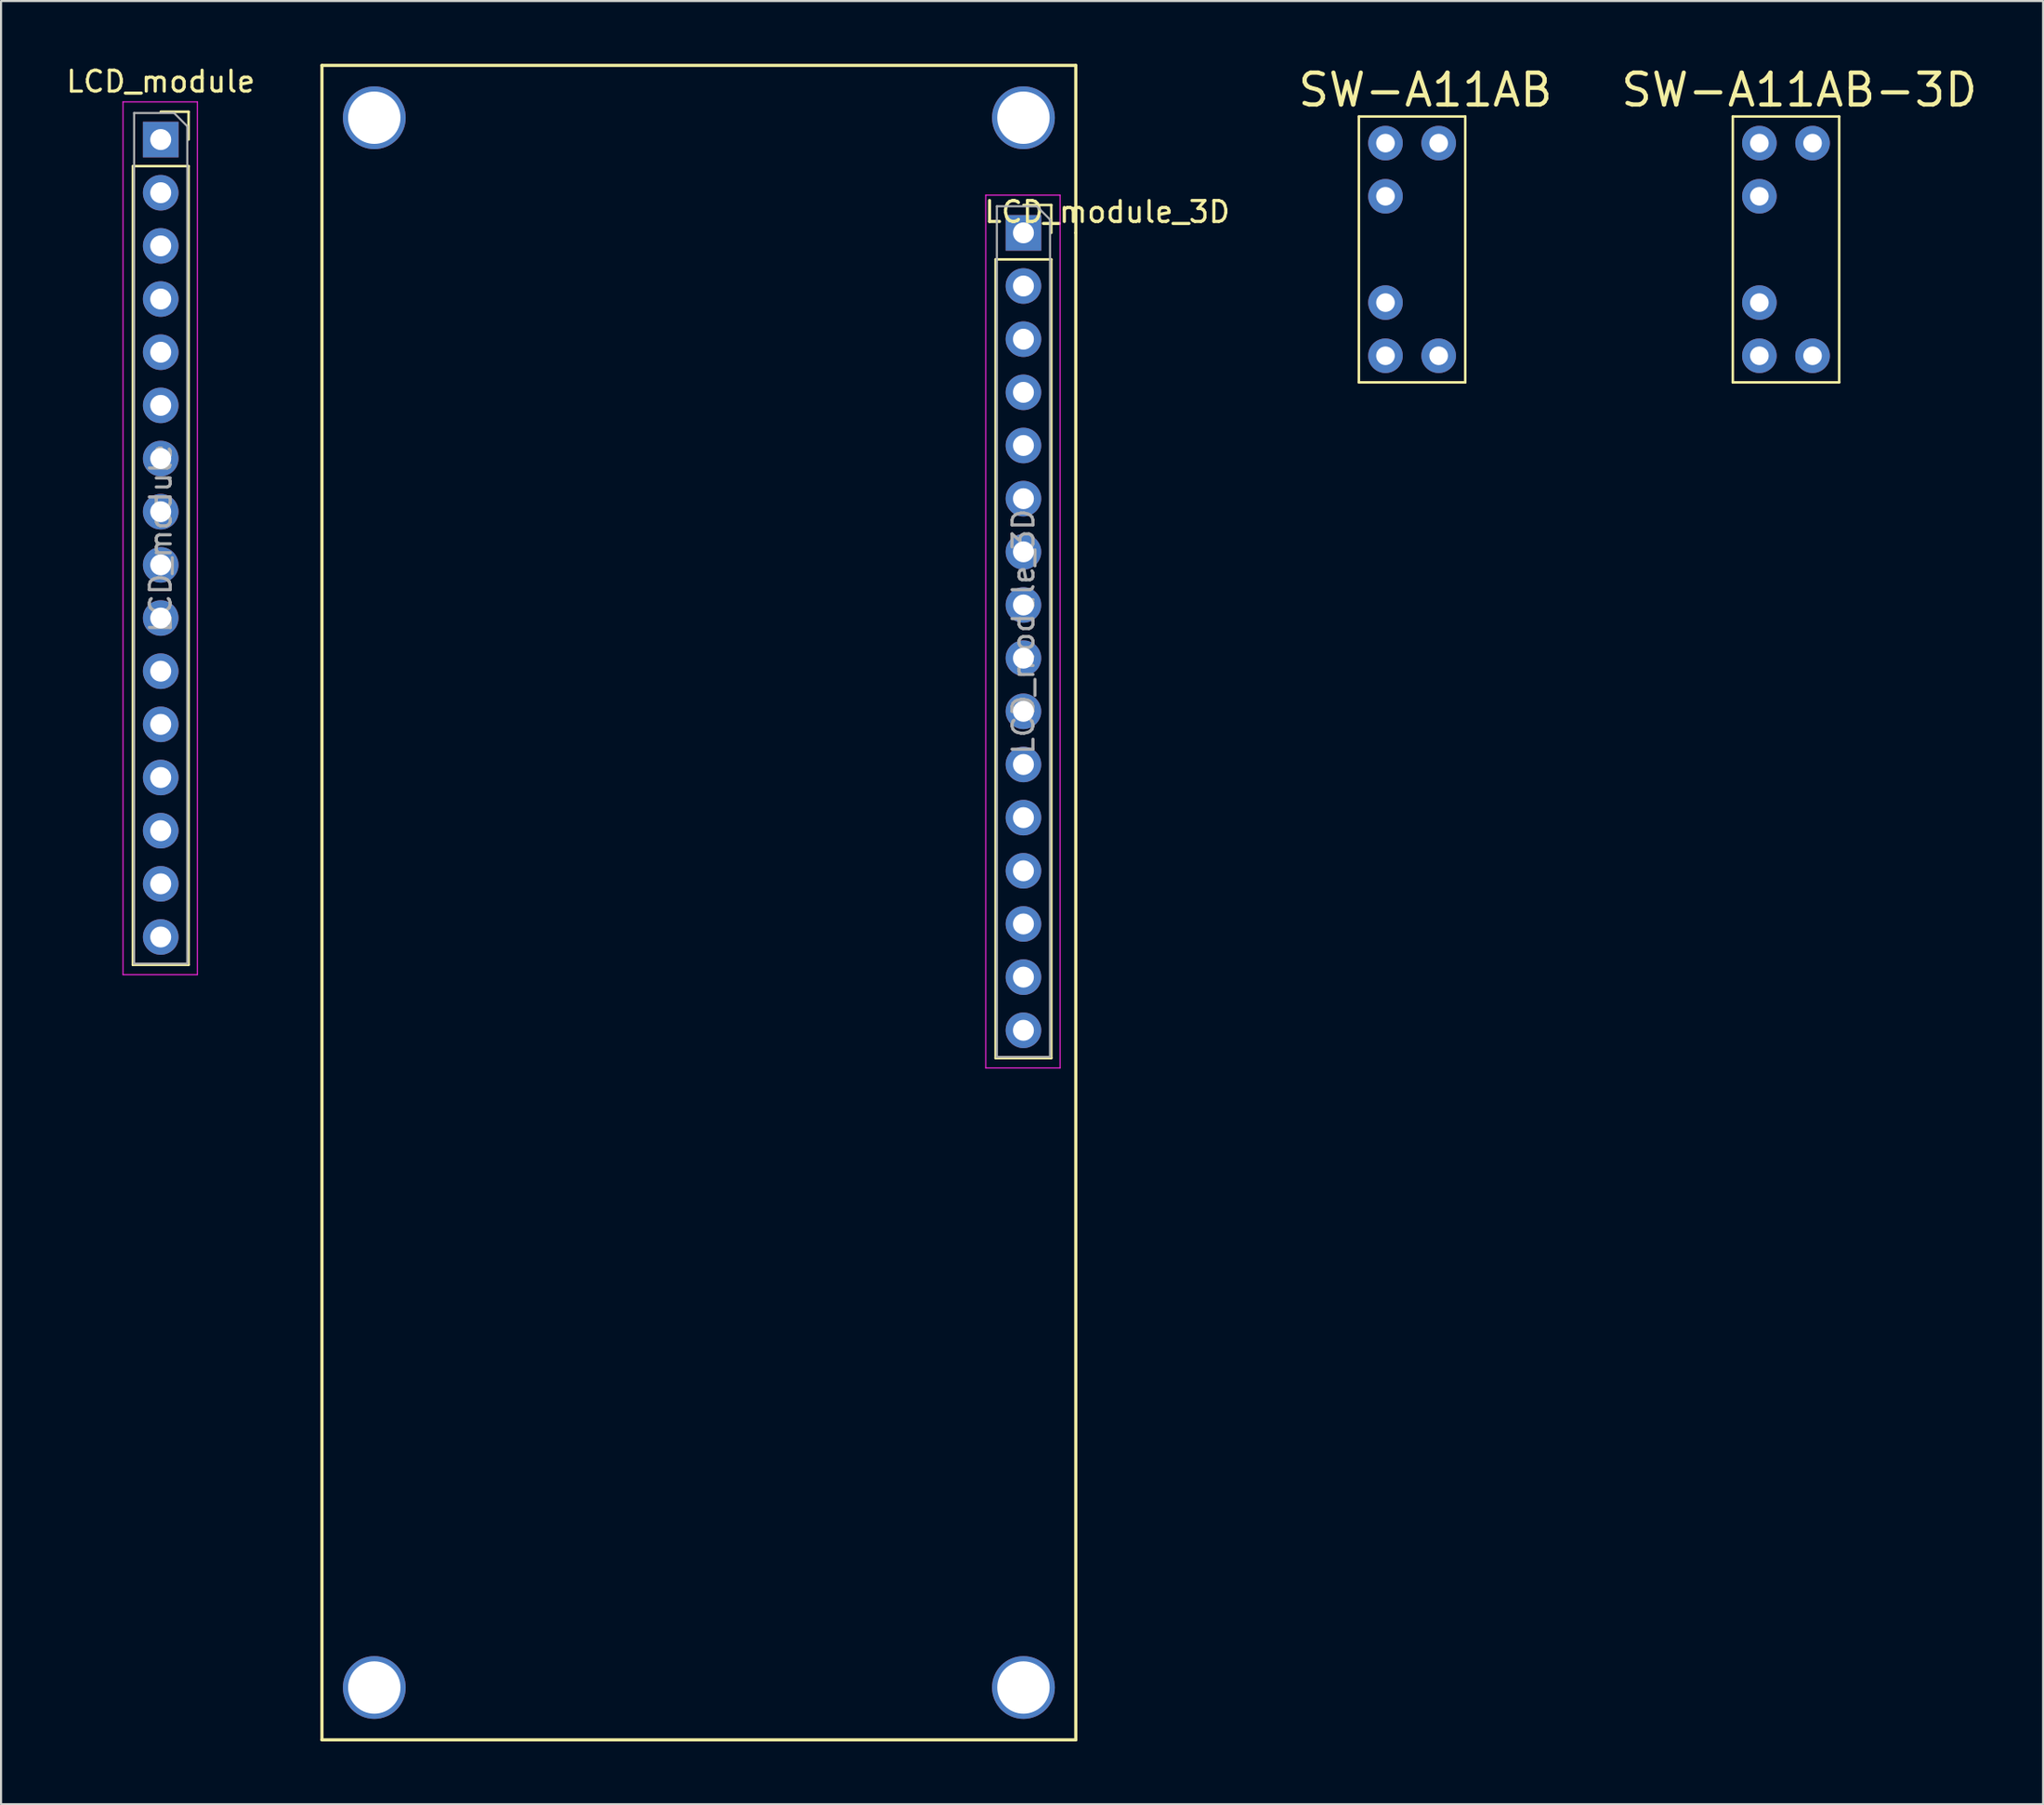
<source format=kicad_pcb>
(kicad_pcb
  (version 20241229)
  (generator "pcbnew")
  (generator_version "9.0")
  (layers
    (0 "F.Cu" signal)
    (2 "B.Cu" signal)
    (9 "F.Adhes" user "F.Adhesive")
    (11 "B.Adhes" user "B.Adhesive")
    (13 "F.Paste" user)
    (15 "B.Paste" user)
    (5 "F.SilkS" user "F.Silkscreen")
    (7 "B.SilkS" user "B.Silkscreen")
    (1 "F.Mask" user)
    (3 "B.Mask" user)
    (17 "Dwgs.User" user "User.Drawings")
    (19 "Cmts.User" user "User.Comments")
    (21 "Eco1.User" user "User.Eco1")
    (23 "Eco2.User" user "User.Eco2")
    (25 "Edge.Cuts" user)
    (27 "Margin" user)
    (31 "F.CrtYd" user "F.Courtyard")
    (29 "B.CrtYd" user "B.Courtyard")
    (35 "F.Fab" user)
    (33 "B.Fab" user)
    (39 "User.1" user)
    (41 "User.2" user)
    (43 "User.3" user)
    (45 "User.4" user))
  (footprint "SW-A11AB"
    (layer "F.Cu")
    (at 63.114 6.328)
    (property "Reference" "SW-A11AB" (at 1.905 -5.08 0) (layer "F.SilkS") (effects (font (size 1.524 1.524) (thickness 0.203))))
    (attr through_hole)
    (fp_line (start -1.27 -3.81) (end 3.81 -3.81) (stroke (width 0.12) (type solid)) (layer "F.SilkS"))
    (fp_line (start -1.27 8.89) (end -1.27 -3.81) (stroke (width 0.12) (type solid)) (layer "F.SilkS"))
    (fp_line (start 3.81 -3.81) (end 3.81 8.89) (stroke (width 0.12) (type solid)) (layer "F.SilkS"))
    (fp_line (start 3.81 8.89) (end -1.27 8.89) (stroke (width 0.12) (type solid)) (layer "F.SilkS"))
    (pad "1" thru_hole circle (at 0 0) (size 1.651 1.651) (drill 0.889) (layers "*.Cu" "*.Mask"))
    (pad "2" thru_hole circle (at 0 5.08) (size 1.651 1.651) (drill 0.889) (layers "*.Cu" "*.Mask"))
    (pad "3" thru_hole circle (at 0 -2.54) (size 1.651 1.651) (drill 0.889) (layers "*.Cu" "*.Mask"))
    (pad "4" thru_hole circle (at 2.54 -2.54) (size 1.651 1.651) (drill 0.889) (layers "*.Cu" "*.Mask"))
    (pad "5" thru_hole circle (at 0 7.62) (size 1.651 1.651) (drill 0.889) (layers "*.Cu" "*.Mask"))
    (pad "6" thru_hole circle (at 2.54 7.62) (size 1.651 1.651) (drill 0.889) (layers "*.Cu" "*.Mask")))
  (footprint "LCD_module"
    (layer "F.Cu")
    (at 4.625 3.618)
    (property "Reference" "LCD_module" (at 0 -2.77 0) (layer "F.SilkS") (effects (font (size 1 1) (thickness 0.15))))
    (attr through_hole)
    (fp_line (start -1.33 1.27) (end -1.33 39.43) (stroke (width 0.12) (type solid)) (layer "F.SilkS"))
    (fp_line (start -1.33 1.27) (end 1.33 1.27) (stroke (width 0.12) (type solid)) (layer "F.SilkS"))
    (fp_line (start -1.33 39.43) (end 1.33 39.43) (stroke (width 0.12) (type solid)) (layer "F.SilkS"))
    (fp_line (start 0 -1.33) (end 1.33 -1.33) (stroke (width 0.12) (type solid)) (layer "F.SilkS"))
    (fp_line (start 1.33 -1.33) (end 1.33 0) (stroke (width 0.12) (type solid)) (layer "F.SilkS"))
    (fp_line (start 1.33 1.27) (end 1.33 39.43) (stroke (width 0.12) (type solid)) (layer "F.SilkS"))
    (fp_line (start -1.8 -1.8) (end 1.75 -1.8) (stroke (width 0.05) (type solid)) (layer "F.CrtYd"))
    (fp_line (start -1.8 39.9) (end -1.8 -1.8) (stroke (width 0.05) (type solid)) (layer "F.CrtYd"))
    (fp_line (start 1.75 -1.8) (end 1.75 39.9) (stroke (width 0.05) (type solid)) (layer "F.CrtYd"))
    (fp_line (start 1.75 39.9) (end -1.8 39.9) (stroke (width 0.05) (type solid)) (layer "F.CrtYd"))
    (fp_line (start -1.27 -1.27) (end 0.635 -1.27) (stroke (width 0.1) (type solid)) (layer "F.Fab"))
    (fp_line (start -1.27 39.37) (end -1.27 -1.27) (stroke (width 0.1) (type solid)) (layer "F.Fab"))
    (fp_line (start 0.635 -1.27) (end 1.27 -0.635) (stroke (width 0.1) (type solid)) (layer "F.Fab"))
    (fp_line (start 1.27 -0.635) (end 1.27 39.37) (stroke (width 0.1) (type solid)) (layer "F.Fab"))
    (fp_line (start 1.27 39.37) (end -1.27 39.37) (stroke (width 0.1) (type solid)) (layer "F.Fab"))
    (fp_text user "${REFERENCE}" (at 0 19.05 90) (layer "F.Fab") (effects (font (size 1 1) (thickness 0.15))))
    (pad "1" thru_hole rect (at 0 0) (size 1.7 1.7) (drill 1) (layers "*.Cu" "*.Mask"))
    (pad "2" thru_hole oval (at 0 2.54) (size 1.7 1.7) (drill 1) (layers "*.Cu" "*.Mask"))
    (pad "3" thru_hole oval (at 0 5.08) (size 1.7 1.7) (drill 1) (layers "*.Cu" "*.Mask"))
    (pad "4" thru_hole oval (at 0 7.62) (size 1.7 1.7) (drill 1) (layers "*.Cu" "*.Mask"))
    (pad "5" thru_hole oval (at 0 10.16) (size 1.7 1.7) (drill 1) (layers "*.Cu" "*.Mask"))
    (pad "6" thru_hole oval (at 0 12.7) (size 1.7 1.7) (drill 1) (layers "*.Cu" "*.Mask"))
    (pad "7" thru_hole oval (at 0 15.24) (size 1.7 1.7) (drill 1) (layers "*.Cu" "*.Mask"))
    (pad "8" thru_hole oval (at 0 17.78) (size 1.7 1.7) (drill 1) (layers "*.Cu" "*.Mask"))
    (pad "9" thru_hole oval (at 0 20.32) (size 1.7 1.7) (drill 1) (layers "*.Cu" "*.Mask"))
    (pad "10" thru_hole oval (at 0 22.86) (size 1.7 1.7) (drill 1) (layers "*.Cu" "*.Mask"))
    (pad "11" thru_hole oval (at 0 25.4) (size 1.7 1.7) (drill 1) (layers "*.Cu" "*.Mask"))
    (pad "12" thru_hole oval (at 0 27.94) (size 1.7 1.7) (drill 1) (layers "*.Cu" "*.Mask"))
    (pad "13" thru_hole oval (at 0 30.48) (size 1.7 1.7) (drill 1) (layers "*.Cu" "*.Mask"))
    (pad "14" thru_hole oval (at 0 33.02) (size 1.7 1.7) (drill 1) (layers "*.Cu" "*.Mask"))
    (pad "15" thru_hole oval (at 0 35.56) (size 1.7 1.7) (drill 1) (layers "*.Cu" "*.Mask"))
    (pad "16" thru_hole oval (at 0 38.1) (size 1.7 1.7) (drill 1) (layers "*.Cu" "*.Mask")))
  (footprint "SW-A11AB-3D"
    (layer "F.Cu")
    (at 80.97 6.328)
    (property "Reference" "SW-A11AB-3D" (at 1.905 -5.08 0) (layer "F.SilkS") (effects (font (size 1.524 1.524) (thickness 0.203))))
    (attr through_hole)
    (fp_line (start -1.27 -3.81) (end 3.81 -3.81) (stroke (width 0.12) (type solid)) (layer "F.SilkS"))
    (fp_line (start -1.27 8.89) (end -1.27 -3.81) (stroke (width 0.12) (type solid)) (layer "F.SilkS"))
    (fp_line (start 3.81 -3.81) (end 3.81 8.89) (stroke (width 0.12) (type solid)) (layer "F.SilkS"))
    (fp_line (start 3.81 8.89) (end -1.27 8.89) (stroke (width 0.12) (type solid)) (layer "F.SilkS"))
    (pad "1" thru_hole circle (at 0 0) (size 1.651 1.651) (drill 0.889) (layers "*.Cu" "*.Mask"))
    (pad "2" thru_hole circle (at 0 5.08) (size 1.651 1.651) (drill 0.889) (layers "*.Cu" "*.Mask"))
    (pad "3" thru_hole circle (at 0 -2.54) (size 1.651 1.651) (drill 0.889) (layers "*.Cu" "*.Mask"))
    (pad "4" thru_hole circle (at 2.54 -2.54) (size 1.651 1.651) (drill 0.889) (layers "*.Cu" "*.Mask"))
    (pad "5" thru_hole circle (at 0 7.62) (size 1.651 1.651) (drill 0.889) (layers "*.Cu" "*.Mask"))
    (pad "6" thru_hole circle (at 2.54 7.62) (size 1.651 1.651) (drill 0.889) (layers "*.Cu" "*.Mask")))
  (footprint "LCD_module_3D"
    (layer "F.Cu")
    (at 45.825 8.075)
    (property "Reference" "LCD_module_3D" (at 4 -1 180) (layer "F.SilkS") (effects (font (size 1 1) (thickness 0.15))))
    (attr through_hole)
    (fp_line (start -33.5 -8) (end -33.5 72) (stroke (width 0.15) (type solid)) (layer "F.SilkS"))
    (fp_line (start -33.5 72) (end 2.5 72) (stroke (width 0.15) (type solid)) (layer "F.SilkS"))
    (fp_line (start -1.33 1.27) (end -1.33 39.43) (stroke (width 0.12) (type solid)) (layer "F.SilkS"))
    (fp_line (start -1.33 1.27) (end 1.33 1.27) (stroke (width 0.12) (type solid)) (layer "F.SilkS"))
    (fp_line (start -1.33 39.43) (end 1.33 39.43) (stroke (width 0.12) (type solid)) (layer "F.SilkS"))
    (fp_line (start 0 -1.33) (end 1.33 -1.33) (stroke (width 0.12) (type solid)) (layer "F.SilkS"))
    (fp_line (start 1.33 -1.33) (end 1.33 0) (stroke (width 0.12) (type solid)) (layer "F.SilkS"))
    (fp_line (start 1.33 1.27) (end 1.33 39.43) (stroke (width 0.12) (type solid)) (layer "F.SilkS"))
    (fp_line (start 2.5 -8) (end -33.5 -8) (stroke (width 0.15) (type solid)) (layer "F.SilkS"))
    (fp_line (start 2.5 0) (end 2.5 -8) (stroke (width 0.15) (type solid)) (layer "F.SilkS"))
    (fp_line (start 2.5 72) (end 2.5 0) (stroke (width 0.15) (type solid)) (layer "F.SilkS"))
    (fp_line (start -1.8 -1.8) (end 1.75 -1.8) (stroke (width 0.05) (type solid)) (layer "F.CrtYd"))
    (fp_line (start -1.8 39.9) (end -1.8 -1.8) (stroke (width 0.05) (type solid)) (layer "F.CrtYd"))
    (fp_line (start 1.75 -1.8) (end 1.75 39.9) (stroke (width 0.05) (type solid)) (layer "F.CrtYd"))
    (fp_line (start 1.75 39.9) (end -1.8 39.9) (stroke (width 0.05) (type solid)) (layer "F.CrtYd"))
    (fp_line (start -1.27 -1.27) (end 0.635 -1.27) (stroke (width 0.1) (type solid)) (layer "F.Fab"))
    (fp_line (start -1.27 39.37) (end -1.27 -1.27) (stroke (width 0.1) (type solid)) (layer "F.Fab"))
    (fp_line (start 0.635 -1.27) (end 1.27 -0.635) (stroke (width 0.1) (type solid)) (layer "F.Fab"))
    (fp_line (start 1.27 -0.635) (end 1.27 39.37) (stroke (width 0.1) (type solid)) (layer "F.Fab"))
    (fp_line (start 1.27 39.37) (end -1.27 39.37) (stroke (width 0.1) (type solid)) (layer "F.Fab"))
    (fp_text user "${REFERENCE}" (at 0 19.05 270) (layer "F.Fab") (effects (font (size 1 1) (thickness 0.15))))
    (pad "1" thru_hole rect (at 0 0) (size 1.7 1.7) (drill 1) (layers "*.Cu" "*.Mask"))
    (pad "2" thru_hole oval (at 0 2.54) (size 1.7 1.7) (drill 1) (layers "*.Cu" "*.Mask"))
    (pad "3" thru_hole oval (at 0 5.08) (size 1.7 1.7) (drill 1) (layers "*.Cu" "*.Mask"))
    (pad "4" thru_hole oval (at 0 7.62) (size 1.7 1.7) (drill 1) (layers "*.Cu" "*.Mask"))
    (pad "5" thru_hole oval (at 0 10.16) (size 1.7 1.7) (drill 1) (layers "*.Cu" "*.Mask"))
    (pad "6" thru_hole oval (at 0 12.7) (size 1.7 1.7) (drill 1) (layers "*.Cu" "*.Mask"))
    (pad "7" thru_hole oval (at 0 15.24) (size 1.7 1.7) (drill 1) (layers "*.Cu" "*.Mask"))
    (pad "8" thru_hole oval (at 0 17.78) (size 1.7 1.7) (drill 1) (layers "*.Cu" "*.Mask"))
    (pad "9" thru_hole oval (at 0 20.32) (size 1.7 1.7) (drill 1) (layers "*.Cu" "*.Mask"))
    (pad "10" thru_hole oval (at 0 22.86) (size 1.7 1.7) (drill 1) (layers "*.Cu" "*.Mask"))
    (pad "11" thru_hole oval (at 0 25.4) (size 1.7 1.7) (drill 1) (layers "*.Cu" "*.Mask"))
    (pad "12" thru_hole oval (at 0 27.94) (size 1.7 1.7) (drill 1) (layers "*.Cu" "*.Mask"))
    (pad "13" thru_hole oval (at 0 30.48) (size 1.7 1.7) (drill 1) (layers "*.Cu" "*.Mask"))
    (pad "14" thru_hole oval (at 0 33.02) (size 1.7 1.7) (drill 1) (layers "*.Cu" "*.Mask"))
    (pad "15" thru_hole oval (at 0 35.56) (size 1.7 1.7) (drill 1) (layers "*.Cu" "*.Mask"))
    (pad "16" thru_hole oval (at 0 38.1) (size 1.7 1.7) (drill 1) (layers "*.Cu" "*.Mask"))
    (pad "17" thru_hole circle (at 0 -5.5) (size 3 3) (drill 2.5) (layers "*.Cu" "*.Mask"))
    (pad "18" thru_hole circle (at -31 -5.5) (size 3 3) (drill 2.5) (layers "*.Cu" "*.Mask"))
    (pad "19" thru_hole circle (at -31 69.5) (size 3 3) (drill 2.5) (layers "*.Cu" "*.Mask"))
    (pad "20" thru_hole circle (at 0 69.5) (size 3 3) (drill 2.5) (layers "*.Cu" "*.Mask")))
  (gr_rect
    (start -3 -3)
    (end 94.518 83.15)
    (stroke (width 0.1) (type default))
    (fill no)
    (layer "Edge.Cuts")))
</source>
